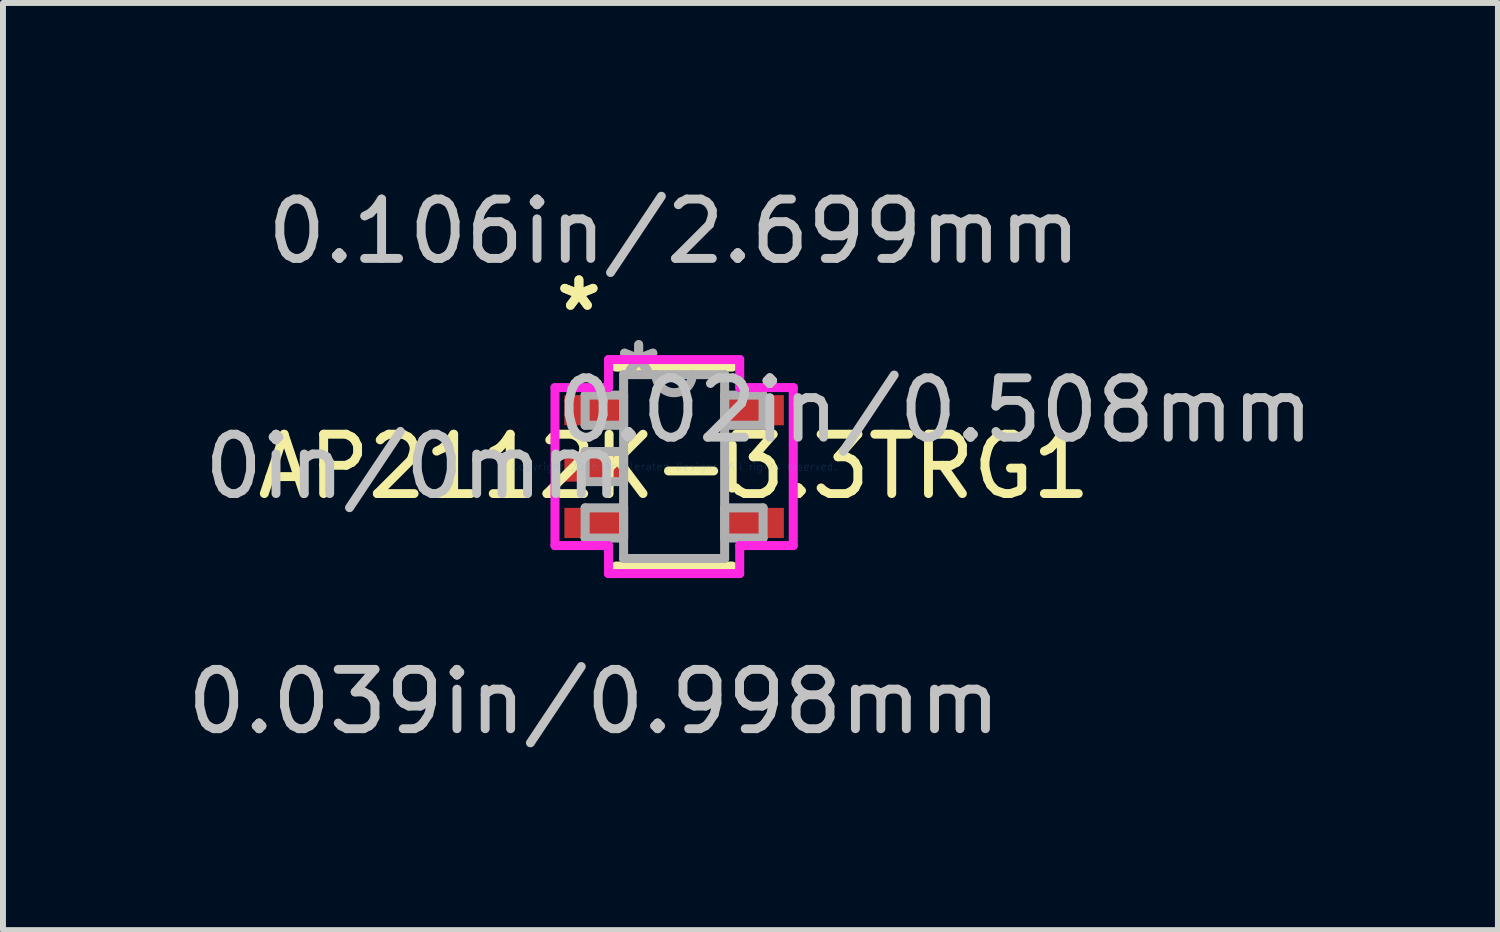
<source format=kicad_pcb>
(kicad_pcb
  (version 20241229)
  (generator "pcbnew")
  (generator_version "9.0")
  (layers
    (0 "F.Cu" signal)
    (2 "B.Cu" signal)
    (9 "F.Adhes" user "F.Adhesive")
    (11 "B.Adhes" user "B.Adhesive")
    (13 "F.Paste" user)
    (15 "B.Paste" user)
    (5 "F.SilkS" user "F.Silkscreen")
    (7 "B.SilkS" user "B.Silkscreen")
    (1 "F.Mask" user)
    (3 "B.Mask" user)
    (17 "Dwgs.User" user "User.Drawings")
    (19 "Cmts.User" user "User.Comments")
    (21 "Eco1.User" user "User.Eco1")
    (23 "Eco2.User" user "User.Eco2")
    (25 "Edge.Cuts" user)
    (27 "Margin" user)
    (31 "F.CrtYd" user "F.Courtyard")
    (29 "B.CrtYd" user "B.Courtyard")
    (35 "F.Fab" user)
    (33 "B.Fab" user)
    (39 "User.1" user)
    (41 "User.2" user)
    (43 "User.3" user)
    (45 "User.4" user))
  (footprint "AP2112K-3.3TRG1"
    (layer "F.Cu")
    (at 8.308 4.811)
    (property "Reference" "AP2112K-3.3TRG1" (at 0 0 0) (layer "F.SilkS") (effects (font (size 1 1) (thickness 0.15))))
    (attr through_hole)
    (fp_line (start -0.978 1.676) (end 0.978 1.676) (stroke (width 0.152) (type solid)) (layer "F.SilkS"))
    (fp_line (start 0.978 -1.676) (end -0.978 -1.676) (stroke (width 0.152) (type solid)) (layer "F.SilkS"))
    (fp_line (start 0.978 0.363) (end 0.978 -0.363) (stroke (width 0.152) (type solid)) (layer "F.SilkS"))
    (fp_line (start -2.007 -1.331) (end -1.105 -1.331) (stroke (width 0.152) (type solid)) (layer "F.CrtYd"))
    (fp_line (start -2.007 1.331) (end -2.007 -1.331) (stroke (width 0.152) (type solid)) (layer "F.CrtYd"))
    (fp_line (start -1.105 -1.803) (end 1.105 -1.803) (stroke (width 0.152) (type solid)) (layer "F.CrtYd"))
    (fp_line (start -1.105 -1.331) (end -1.105 -1.803) (stroke (width 0.152) (type solid)) (layer "F.CrtYd"))
    (fp_line (start -1.105 1.331) (end -2.007 1.331) (stroke (width 0.152) (type solid)) (layer "F.CrtYd"))
    (fp_line (start -1.105 1.803) (end -1.105 1.331) (stroke (width 0.152) (type solid)) (layer "F.CrtYd"))
    (fp_line (start 1.105 -1.803) (end 1.105 -1.331) (stroke (width 0.152) (type solid)) (layer "F.CrtYd"))
    (fp_line (start 1.105 -1.331) (end 2.007 -1.331) (stroke (width 0.152) (type solid)) (layer "F.CrtYd"))
    (fp_line (start 1.105 1.331) (end 1.105 1.803) (stroke (width 0.152) (type solid)) (layer "F.CrtYd"))
    (fp_line (start 1.105 1.803) (end -1.105 1.803) (stroke (width 0.152) (type solid)) (layer "F.CrtYd"))
    (fp_line (start 2.007 -1.331) (end 2.007 1.331) (stroke (width 0.152) (type solid)) (layer "F.CrtYd"))
    (fp_line (start 2.007 1.331) (end 1.105 1.331) (stroke (width 0.152) (type solid)) (layer "F.CrtYd"))
    (fp_line (start -1.499 -1.204) (end -1.499 -0.696) (stroke (width 0.152) (type solid)) (layer "F.Fab"))
    (fp_line (start -1.499 -0.696) (end -0.851 -0.696) (stroke (width 0.152) (type solid)) (layer "F.Fab"))
    (fp_line (start -1.499 -0.254) (end -1.499 0.254) (stroke (width 0.152) (type solid)) (layer "F.Fab"))
    (fp_line (start -1.499 0.254) (end -0.851 0.254) (stroke (width 0.152) (type solid)) (layer "F.Fab"))
    (fp_line (start -1.499 0.696) (end -1.499 1.204) (stroke (width 0.152) (type solid)) (layer "F.Fab"))
    (fp_line (start -1.499 1.204) (end -0.851 1.204) (stroke (width 0.152) (type solid)) (layer "F.Fab"))
    (fp_line (start -0.851 -1.549) (end -0.851 1.549) (stroke (width 0.152) (type solid)) (layer "F.Fab"))
    (fp_line (start -0.851 -1.204) (end -1.499 -1.204) (stroke (width 0.152) (type solid)) (layer "F.Fab"))
    (fp_line (start -0.851 -0.696) (end -0.851 -1.204) (stroke (width 0.152) (type solid)) (layer "F.Fab"))
    (fp_line (start -0.851 -0.254) (end -1.499 -0.254) (stroke (width 0.152) (type solid)) (layer "F.Fab"))
    (fp_line (start -0.851 0.254) (end -0.851 -0.254) (stroke (width 0.152) (type solid)) (layer "F.Fab"))
    (fp_line (start -0.851 0.696) (end -1.499 0.696) (stroke (width 0.152) (type solid)) (layer "F.Fab"))
    (fp_line (start -0.851 1.204) (end -0.851 0.696) (stroke (width 0.152) (type solid)) (layer "F.Fab"))
    (fp_line (start -0.851 1.549) (end 0.851 1.549) (stroke (width 0.152) (type solid)) (layer "F.Fab"))
    (fp_line (start 0.851 -1.549) (end -0.851 -1.549) (stroke (width 0.152) (type solid)) (layer "F.Fab"))
    (fp_line (start 0.851 -1.204) (end 0.851 -0.696) (stroke (width 0.152) (type solid)) (layer "F.Fab"))
    (fp_line (start 0.851 -0.696) (end 1.499 -0.696) (stroke (width 0.152) (type solid)) (layer "F.Fab"))
    (fp_line (start 0.851 0.696) (end 0.851 1.204) (stroke (width 0.152) (type solid)) (layer "F.Fab"))
    (fp_line (start 0.851 1.204) (end 1.499 1.204) (stroke (width 0.152) (type solid)) (layer "F.Fab"))
    (fp_line (start 0.851 1.549) (end 0.851 -1.549) (stroke (width 0.152) (type solid)) (layer "F.Fab"))
    (fp_line (start 1.499 -1.204) (end 0.851 -1.204) (stroke (width 0.152) (type solid)) (layer "F.Fab"))
    (fp_line (start 1.499 -0.696) (end 1.499 -1.204) (stroke (width 0.152) (type solid)) (layer "F.Fab"))
    (fp_line (start 1.499 0.696) (end 0.851 0.696) (stroke (width 0.152) (type solid)) (layer "F.Fab"))
    (fp_line (start 1.499 1.204) (end 1.499 0.696) (stroke (width 0.152) (type solid)) (layer "F.Fab"))
    (fp_arc (start 0.3048 -1.5494) (mid 0 -1.2446) (end -0.3048 -1.5494) (stroke (width 0.1524) (type solid)) (layer "F.Fab"))
    (fp_text user "*" (at -1.604 -2.601 0) (layer "F.SilkS") (effects (font (size 1 1) (thickness 0.15))))
    (fp_text user "*" (at -1.604 -2.601 0) (layer "F.SilkS") (effects (font (size 1 1) (thickness 0.15))))
    (fp_text user "0.039in/0.998mm" (at -1.35 3.962 0) (layer "Dwgs.User") (effects (font (size 1 1) (thickness 0.15))))
    (fp_text user "0.106in/2.699mm" (at 0 -3.962 0) (layer "Dwgs.User") (effects (font (size 1 1) (thickness 0.15))))
    (fp_text user "0.02in/0.508mm" (at 4.398 -0.95 0) (layer "Dwgs.User") (effects (font (size 1 1) (thickness 0.15))))
    (fp_text user "0in/0mm" (at -4.398 0 0) (layer "Dwgs.User") (effects (font (size 1 1) (thickness 0.15))))
    (fp_text user "Copyright 2016 Accelerated Designs. All rights reserved." (at 0 0 0) (layer "Cmts.User") (effects (font (size 0.127 0.127) (thickness 0.002))))
    (fp_text user "*" (at -0.597 -1.509 0) (layer "F.Fab") (effects (font (size 1 1) (thickness 0.15))))
    (fp_text user "*" (at -0.597 -1.509 0) (layer "F.Fab") (effects (font (size 1 1) (thickness 0.15))))
    (pad "1" smd rect (at -1.35 -0.95) (size 0.998 0.508) (layers "F.Cu" "F.Mask" "F.Paste"))
    (pad "2" smd rect (at -1.35 0) (size 0.998 0.508) (layers "F.Cu" "F.Mask" "F.Paste"))
    (pad "3" smd rect (at -1.35 0.95) (size 0.998 0.508) (layers "F.Cu" "F.Mask" "F.Paste"))
    (pad "4" smd rect (at 1.35 0.95) (size 0.998 0.508) (layers "F.Cu" "F.Mask" "F.Paste"))
    (pad "5" smd rect (at 1.35 -0.95) (size 0.998 0.508) (layers "F.Cu" "F.Mask" "F.Paste")))
  (gr_rect
    (start -3 -3)
    (end 22.188 12.621)
    (stroke (width 0.1) (type default))
    (fill no)
    (layer "Edge.Cuts")))
</source>
